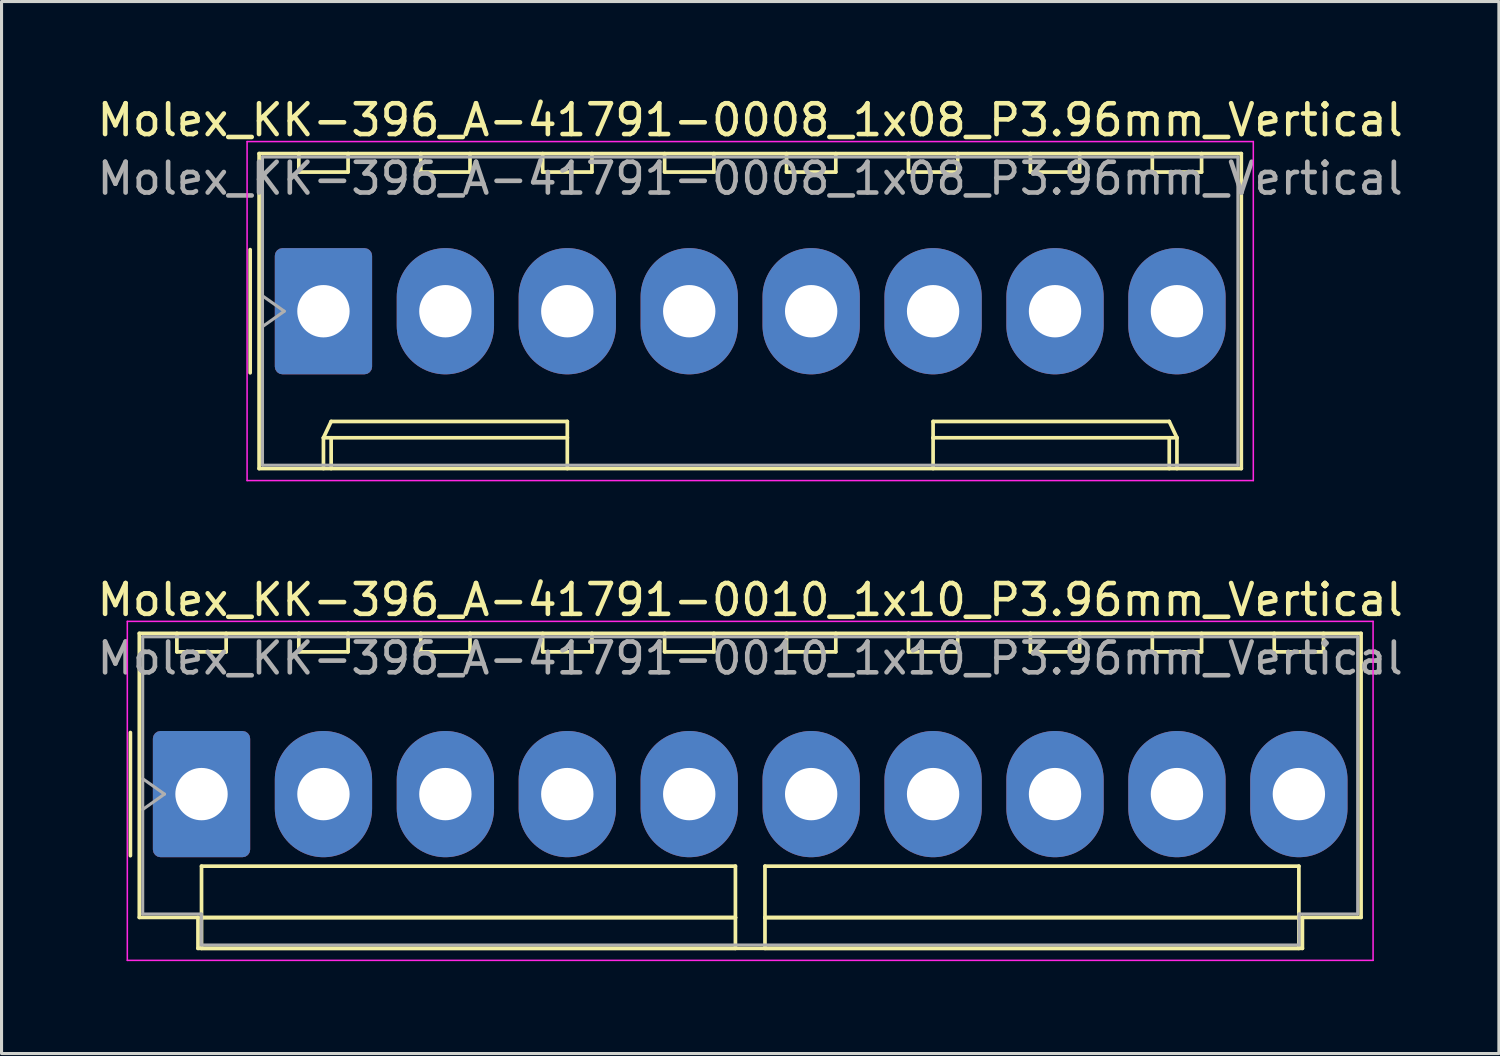
<source format=kicad_pcb>
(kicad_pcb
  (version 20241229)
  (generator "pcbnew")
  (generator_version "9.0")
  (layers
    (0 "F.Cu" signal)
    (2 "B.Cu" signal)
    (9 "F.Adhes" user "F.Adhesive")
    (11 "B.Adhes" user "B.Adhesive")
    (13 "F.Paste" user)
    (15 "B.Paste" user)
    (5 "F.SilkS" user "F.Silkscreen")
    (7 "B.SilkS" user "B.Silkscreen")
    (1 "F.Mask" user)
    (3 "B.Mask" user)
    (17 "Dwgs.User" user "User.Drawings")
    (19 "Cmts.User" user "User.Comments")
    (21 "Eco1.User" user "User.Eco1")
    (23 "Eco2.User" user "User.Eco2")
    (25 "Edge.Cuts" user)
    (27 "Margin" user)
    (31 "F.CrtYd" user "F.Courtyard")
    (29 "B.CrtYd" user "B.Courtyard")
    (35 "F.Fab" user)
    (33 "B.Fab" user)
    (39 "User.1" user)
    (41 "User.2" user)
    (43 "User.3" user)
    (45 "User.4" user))
  (footprint "Molex_KK-396_A-41791-0008_1x08_P3.96mm_Vertical"
    (layer "F.Cu")
    (at 7.455 7.058)
    (property "Reference" "Molex_KK-396_A-41791-0008_1x08_P3.96mm_Vertical" (at 13.86 -6.21 0) (layer "F.SilkS") (effects (font (size 1 1) (thickness 0.15))))
    (attr through_hole)
    (fp_line (start -2.38 -2) (end -2.38 2) (stroke (width 0.12) (type solid)) (layer "F.SilkS"))
    (fp_line (start -2.09 -5.12) (end -2.09 5.11) (stroke (width 0.12) (type solid)) (layer "F.SilkS"))
    (fp_line (start -2.09 5.11) (end 29.81 5.11) (stroke (width 0.12) (type solid)) (layer "F.SilkS"))
    (fp_line (start -0.8 -5.12) (end -0.8 -4.52) (stroke (width 0.12) (type solid)) (layer "F.SilkS"))
    (fp_line (start -0.8 -4.52) (end 0.8 -4.52) (stroke (width 0.12) (type solid)) (layer "F.SilkS"))
    (fp_line (start 0 4.11) (end 0.25 3.58) (stroke (width 0.12) (type solid)) (layer "F.SilkS"))
    (fp_line (start 0 4.11) (end 7.92 4.11) (stroke (width 0.12) (type solid)) (layer "F.SilkS"))
    (fp_line (start 0 5.11) (end 0 4.11) (stroke (width 0.12) (type solid)) (layer "F.SilkS"))
    (fp_line (start 0.25 3.58) (end 7.92 3.58) (stroke (width 0.12) (type solid)) (layer "F.SilkS"))
    (fp_line (start 0.25 5.11) (end 0.25 4.11) (stroke (width 0.12) (type solid)) (layer "F.SilkS"))
    (fp_line (start 0.8 -4.52) (end 0.8 -5.12) (stroke (width 0.12) (type solid)) (layer "F.SilkS"))
    (fp_line (start 3.16 -5.12) (end 3.16 -4.52) (stroke (width 0.12) (type solid)) (layer "F.SilkS"))
    (fp_line (start 3.16 -4.52) (end 4.76 -4.52) (stroke (width 0.12) (type solid)) (layer "F.SilkS"))
    (fp_line (start 4.76 -4.52) (end 4.76 -5.12) (stroke (width 0.12) (type solid)) (layer "F.SilkS"))
    (fp_line (start 7.12 -5.12) (end 7.12 -4.52) (stroke (width 0.12) (type solid)) (layer "F.SilkS"))
    (fp_line (start 7.12 -4.52) (end 8.72 -4.52) (stroke (width 0.12) (type solid)) (layer "F.SilkS"))
    (fp_line (start 7.92 3.58) (end 7.92 4.11) (stroke (width 0.12) (type solid)) (layer "F.SilkS"))
    (fp_line (start 7.92 4.11) (end 7.92 5.11) (stroke (width 0.12) (type solid)) (layer "F.SilkS"))
    (fp_line (start 8.72 -4.52) (end 8.72 -5.12) (stroke (width 0.12) (type solid)) (layer "F.SilkS"))
    (fp_line (start 11.08 -5.12) (end 11.08 -4.52) (stroke (width 0.12) (type solid)) (layer "F.SilkS"))
    (fp_line (start 11.08 -4.52) (end 12.68 -4.52) (stroke (width 0.12) (type solid)) (layer "F.SilkS"))
    (fp_line (start 12.68 -4.52) (end 12.68 -5.12) (stroke (width 0.12) (type solid)) (layer "F.SilkS"))
    (fp_line (start 15.04 -5.12) (end 15.04 -4.52) (stroke (width 0.12) (type solid)) (layer "F.SilkS"))
    (fp_line (start 15.04 -4.52) (end 16.64 -4.52) (stroke (width 0.12) (type solid)) (layer "F.SilkS"))
    (fp_line (start 16.64 -4.52) (end 16.64 -5.12) (stroke (width 0.12) (type solid)) (layer "F.SilkS"))
    (fp_line (start 19 -5.12) (end 19 -4.52) (stroke (width 0.12) (type solid)) (layer "F.SilkS"))
    (fp_line (start 19 -4.52) (end 20.6 -4.52) (stroke (width 0.12) (type solid)) (layer "F.SilkS"))
    (fp_line (start 19.8 3.58) (end 19.8 4.11) (stroke (width 0.12) (type solid)) (layer "F.SilkS"))
    (fp_line (start 19.8 4.11) (end 19.8 5.11) (stroke (width 0.12) (type solid)) (layer "F.SilkS"))
    (fp_line (start 20.6 -4.52) (end 20.6 -5.12) (stroke (width 0.12) (type solid)) (layer "F.SilkS"))
    (fp_line (start 22.96 -5.12) (end 22.96 -4.52) (stroke (width 0.12) (type solid)) (layer "F.SilkS"))
    (fp_line (start 22.96 -4.52) (end 24.56 -4.52) (stroke (width 0.12) (type solid)) (layer "F.SilkS"))
    (fp_line (start 24.56 -4.52) (end 24.56 -5.12) (stroke (width 0.12) (type solid)) (layer "F.SilkS"))
    (fp_line (start 26.92 -5.12) (end 26.92 -4.52) (stroke (width 0.12) (type solid)) (layer "F.SilkS"))
    (fp_line (start 26.92 -4.52) (end 28.52 -4.52) (stroke (width 0.12) (type solid)) (layer "F.SilkS"))
    (fp_line (start 27.47 3.58) (end 19.8 3.58) (stroke (width 0.12) (type solid)) (layer "F.SilkS"))
    (fp_line (start 27.47 5.11) (end 27.47 4.11) (stroke (width 0.12) (type solid)) (layer "F.SilkS"))
    (fp_line (start 27.72 4.11) (end 19.8 4.11) (stroke (width 0.12) (type solid)) (layer "F.SilkS"))
    (fp_line (start 27.72 4.11) (end 27.47 3.58) (stroke (width 0.12) (type solid)) (layer "F.SilkS"))
    (fp_line (start 27.72 5.11) (end 27.72 4.11) (stroke (width 0.12) (type solid)) (layer "F.SilkS"))
    (fp_line (start 28.52 -4.52) (end 28.52 -5.12) (stroke (width 0.12) (type solid)) (layer "F.SilkS"))
    (fp_line (start 29.81 -5.12) (end -2.09 -5.12) (stroke (width 0.12) (type solid)) (layer "F.SilkS"))
    (fp_line (start 29.81 5.11) (end 29.81 -5.12) (stroke (width 0.12) (type solid)) (layer "F.SilkS"))
    (fp_line (start -2.48 -5.51) (end -2.48 5.5) (stroke (width 0.05) (type solid)) (layer "F.CrtYd"))
    (fp_line (start -2.48 5.5) (end 30.2 5.5) (stroke (width 0.05) (type solid)) (layer "F.CrtYd"))
    (fp_line (start 30.2 -5.51) (end -2.48 -5.51) (stroke (width 0.05) (type solid)) (layer "F.CrtYd"))
    (fp_line (start 30.2 5.5) (end 30.2 -5.51) (stroke (width 0.05) (type solid)) (layer "F.CrtYd"))
    (fp_line (start -1.98 -5.01) (end -1.98 5) (stroke (width 0.1) (type solid)) (layer "F.Fab"))
    (fp_line (start -1.98 -0.5) (end -1.273 0) (stroke (width 0.1) (type solid)) (layer "F.Fab"))
    (fp_line (start -1.98 5) (end 29.7 5) (stroke (width 0.1) (type solid)) (layer "F.Fab"))
    (fp_line (start -1.273 0) (end -1.98 0.5) (stroke (width 0.1) (type solid)) (layer "F.Fab"))
    (fp_line (start 29.7 -5.01) (end -1.98 -5.01) (stroke (width 0.1) (type solid)) (layer "F.Fab"))
    (fp_line (start 29.7 5) (end 29.7 -5.01) (stroke (width 0.1) (type solid)) (layer "F.Fab"))
    (fp_text user "${REFERENCE}" (at 13.86 -4.31 0) (layer "F.Fab") (effects (font (size 1 1) (thickness 0.15))))
    (pad "1" thru_hole roundrect (at 0 0) (size 3.16 4.1) (drill 1.7) (layers "*.Cu" "*.Mask") (roundrect_rratio 0.079))
    (pad "2" thru_hole oval (at 3.96 0) (size 3.16 4.1) (drill 1.7) (layers "*.Cu" "*.Mask"))
    (pad "3" thru_hole oval (at 7.92 0) (size 3.16 4.1) (drill 1.7) (layers "*.Cu" "*.Mask"))
    (pad "4" thru_hole oval (at 11.88 0) (size 3.16 4.1) (drill 1.7) (layers "*.Cu" "*.Mask"))
    (pad "5" thru_hole oval (at 15.84 0) (size 3.16 4.1) (drill 1.7) (layers "*.Cu" "*.Mask"))
    (pad "6" thru_hole oval (at 19.8 0) (size 3.16 4.1) (drill 1.7) (layers "*.Cu" "*.Mask"))
    (pad "7" thru_hole oval (at 23.76 0) (size 3.16 4.1) (drill 1.7) (layers "*.Cu" "*.Mask"))
    (pad "8" thru_hole oval (at 27.72 0) (size 3.16 4.1) (drill 1.7) (layers "*.Cu" "*.Mask")))
  (footprint "Molex_KK-396_A-41791-0010_1x10_P3.96mm_Vertical"
    (layer "F.Cu")
    (at 3.495 22.741)
    (property "Reference" "Molex_KK-396_A-41791-0010_1x10_P3.96mm_Vertical" (at 17.82 -6.31 0) (layer "F.SilkS") (effects (font (size 1 1) (thickness 0.15))))
    (attr through_hole)
    (fp_line (start -2.31 -2) (end -2.31 2) (stroke (width 0.12) (type solid)) (layer "F.SilkS"))
    (fp_line (start -2.02 -5.22) (end 37.66 -5.22) (stroke (width 0.12) (type solid)) (layer "F.SilkS"))
    (fp_line (start -2.02 4.005) (end -2.02 -5.22) (stroke (width 0.12) (type solid)) (layer "F.SilkS"))
    (fp_line (start -0.8 -5.22) (end -0.8 -4.62) (stroke (width 0.12) (type solid)) (layer "F.SilkS"))
    (fp_line (start -0.8 -4.62) (end 0.8 -4.62) (stroke (width 0.12) (type solid)) (layer "F.SilkS"))
    (fp_line (start -0.115 4.005) (end -2.02 4.005) (stroke (width 0.12) (type solid)) (layer "F.SilkS"))
    (fp_line (start -0.115 5.01) (end -0.115 4.005) (stroke (width 0.12) (type solid)) (layer "F.SilkS"))
    (fp_line (start 0 2.34) (end 17.34 2.34) (stroke (width 0.12) (type solid)) (layer "F.SilkS"))
    (fp_line (start 0 4.01) (end 0 2.34) (stroke (width 0.12) (type solid)) (layer "F.SilkS"))
    (fp_line (start 0 4.01) (end 17.34 4.01) (stroke (width 0.12) (type solid)) (layer "F.SilkS"))
    (fp_line (start 0 5.01) (end 0 4.01) (stroke (width 0.12) (type solid)) (layer "F.SilkS"))
    (fp_line (start 0.8 -4.62) (end 0.8 -5.22) (stroke (width 0.12) (type solid)) (layer "F.SilkS"))
    (fp_line (start 3.16 -5.22) (end 3.16 -4.62) (stroke (width 0.12) (type solid)) (layer "F.SilkS"))
    (fp_line (start 3.16 -4.62) (end 4.76 -4.62) (stroke (width 0.12) (type solid)) (layer "F.SilkS"))
    (fp_line (start 4.76 -4.62) (end 4.76 -5.22) (stroke (width 0.12) (type solid)) (layer "F.SilkS"))
    (fp_line (start 7.12 -5.22) (end 7.12 -4.62) (stroke (width 0.12) (type solid)) (layer "F.SilkS"))
    (fp_line (start 7.12 -4.62) (end 8.72 -4.62) (stroke (width 0.12) (type solid)) (layer "F.SilkS"))
    (fp_line (start 8.72 -4.62) (end 8.72 -5.22) (stroke (width 0.12) (type solid)) (layer "F.SilkS"))
    (fp_line (start 11.08 -5.22) (end 11.08 -4.62) (stroke (width 0.12) (type solid)) (layer "F.SilkS"))
    (fp_line (start 11.08 -4.62) (end 12.68 -4.62) (stroke (width 0.12) (type solid)) (layer "F.SilkS"))
    (fp_line (start 12.68 -4.62) (end 12.68 -5.22) (stroke (width 0.12) (type solid)) (layer "F.SilkS"))
    (fp_line (start 15.04 -5.22) (end 15.04 -4.62) (stroke (width 0.12) (type solid)) (layer "F.SilkS"))
    (fp_line (start 15.04 -4.62) (end 16.64 -4.62) (stroke (width 0.12) (type solid)) (layer "F.SilkS"))
    (fp_line (start 16.64 -4.62) (end 16.64 -5.22) (stroke (width 0.12) (type solid)) (layer "F.SilkS"))
    (fp_line (start 17.34 2.34) (end 17.34 4.01) (stroke (width 0.12) (type solid)) (layer "F.SilkS"))
    (fp_line (start 17.34 4.01) (end 0 4.01) (stroke (width 0.12) (type solid)) (layer "F.SilkS"))
    (fp_line (start 17.34 4.01) (end 17.34 5.01) (stroke (width 0.12) (type solid)) (layer "F.SilkS"))
    (fp_line (start 17.34 5.01) (end 0 5.01) (stroke (width 0.12) (type solid)) (layer "F.SilkS"))
    (fp_line (start 18.3 2.34) (end 35.64 2.34) (stroke (width 0.12) (type solid)) (layer "F.SilkS"))
    (fp_line (start 18.3 4.01) (end 18.3 2.34) (stroke (width 0.12) (type solid)) (layer "F.SilkS"))
    (fp_line (start 18.3 4.01) (end 35.64 4.01) (stroke (width 0.12) (type solid)) (layer "F.SilkS"))
    (fp_line (start 18.3 5.01) (end 18.3 4.01) (stroke (width 0.12) (type solid)) (layer "F.SilkS"))
    (fp_line (start 19 -5.22) (end 19 -4.62) (stroke (width 0.12) (type solid)) (layer "F.SilkS"))
    (fp_line (start 19 -4.62) (end 20.6 -4.62) (stroke (width 0.12) (type solid)) (layer "F.SilkS"))
    (fp_line (start 20.6 -4.62) (end 20.6 -5.22) (stroke (width 0.12) (type solid)) (layer "F.SilkS"))
    (fp_line (start 22.96 -5.22) (end 22.96 -4.62) (stroke (width 0.12) (type solid)) (layer "F.SilkS"))
    (fp_line (start 22.96 -4.62) (end 24.56 -4.62) (stroke (width 0.12) (type solid)) (layer "F.SilkS"))
    (fp_line (start 24.56 -4.62) (end 24.56 -5.22) (stroke (width 0.12) (type solid)) (layer "F.SilkS"))
    (fp_line (start 26.92 -5.22) (end 26.92 -4.62) (stroke (width 0.12) (type solid)) (layer "F.SilkS"))
    (fp_line (start 26.92 -4.62) (end 28.52 -4.62) (stroke (width 0.12) (type solid)) (layer "F.SilkS"))
    (fp_line (start 28.52 -4.62) (end 28.52 -5.22) (stroke (width 0.12) (type solid)) (layer "F.SilkS"))
    (fp_line (start 30.88 -5.22) (end 30.88 -4.62) (stroke (width 0.12) (type solid)) (layer "F.SilkS"))
    (fp_line (start 30.88 -4.62) (end 32.48 -4.62) (stroke (width 0.12) (type solid)) (layer "F.SilkS"))
    (fp_line (start 32.48 -4.62) (end 32.48 -5.22) (stroke (width 0.12) (type solid)) (layer "F.SilkS"))
    (fp_line (start 34.84 -5.22) (end 34.84 -4.62) (stroke (width 0.12) (type solid)) (layer "F.SilkS"))
    (fp_line (start 34.84 -4.62) (end 36.44 -4.62) (stroke (width 0.12) (type solid)) (layer "F.SilkS"))
    (fp_line (start 35.64 2.34) (end 35.64 4.01) (stroke (width 0.12) (type solid)) (layer "F.SilkS"))
    (fp_line (start 35.64 4.01) (end 18.3 4.01) (stroke (width 0.12) (type solid)) (layer "F.SilkS"))
    (fp_line (start 35.64 4.01) (end 35.64 5.01) (stroke (width 0.12) (type solid)) (layer "F.SilkS"))
    (fp_line (start 35.64 5.01) (end 18.3 5.01) (stroke (width 0.12) (type solid)) (layer "F.SilkS"))
    (fp_line (start 35.755 4.005) (end 35.755 5.01) (stroke (width 0.12) (type solid)) (layer "F.SilkS"))
    (fp_line (start 35.755 5.01) (end -0.115 5.01) (stroke (width 0.12) (type solid)) (layer "F.SilkS"))
    (fp_line (start 36.44 -4.62) (end 36.44 -5.22) (stroke (width 0.12) (type solid)) (layer "F.SilkS"))
    (fp_line (start 37.66 -5.22) (end 37.66 4.005) (stroke (width 0.12) (type solid)) (layer "F.SilkS"))
    (fp_line (start 37.66 4.005) (end 35.755 4.005) (stroke (width 0.12) (type solid)) (layer "F.SilkS"))
    (fp_line (start -2.41 -5.61) (end -2.41 5.4) (stroke (width 0.05) (type solid)) (layer "F.CrtYd"))
    (fp_line (start -2.41 5.4) (end 38.05 5.4) (stroke (width 0.05) (type solid)) (layer "F.CrtYd"))
    (fp_line (start 38.05 -5.61) (end -2.41 -5.61) (stroke (width 0.05) (type solid)) (layer "F.CrtYd"))
    (fp_line (start 38.05 5.4) (end 38.05 -5.61) (stroke (width 0.05) (type solid)) (layer "F.CrtYd"))
    (fp_line (start -1.91 -5.11) (end 37.55 -5.11) (stroke (width 0.1) (type solid)) (layer "F.Fab"))
    (fp_line (start -1.91 -0.5) (end -1.203 0) (stroke (width 0.1) (type solid)) (layer "F.Fab"))
    (fp_line (start -1.91 3.895) (end -1.91 -5.11) (stroke (width 0.1) (type solid)) (layer "F.Fab"))
    (fp_line (start -1.203 0) (end -1.91 0.5) (stroke (width 0.1) (type solid)) (layer "F.Fab"))
    (fp_line (start -0.005 3.895) (end -1.91 3.895) (stroke (width 0.1) (type solid)) (layer "F.Fab"))
    (fp_line (start -0.005 4.9) (end -0.005 3.895) (stroke (width 0.1) (type solid)) (layer "F.Fab"))
    (fp_line (start 35.645 3.895) (end 35.645 4.9) (stroke (width 0.1) (type solid)) (layer "F.Fab"))
    (fp_line (start 35.645 4.9) (end -0.005 4.9) (stroke (width 0.1) (type solid)) (layer "F.Fab"))
    (fp_line (start 37.55 -5.11) (end 37.55 3.895) (stroke (width 0.1) (type solid)) (layer "F.Fab"))
    (fp_line (start 37.55 3.895) (end 35.645 3.895) (stroke (width 0.1) (type solid)) (layer "F.Fab"))
    (fp_text user "${REFERENCE}" (at 17.82 -4.41 0) (layer "F.Fab") (effects (font (size 1 1) (thickness 0.15))))
    (pad "1" thru_hole roundrect (at 0 0) (size 3.16 4.1) (drill 1.7) (layers "*.Cu" "*.Mask") (roundrect_rratio 0.079))
    (pad "2" thru_hole oval (at 3.96 0) (size 3.16 4.1) (drill 1.7) (layers "*.Cu" "*.Mask"))
    (pad "3" thru_hole oval (at 7.92 0) (size 3.16 4.1) (drill 1.7) (layers "*.Cu" "*.Mask"))
    (pad "4" thru_hole oval (at 11.88 0) (size 3.16 4.1) (drill 1.7) (layers "*.Cu" "*.Mask"))
    (pad "5" thru_hole oval (at 15.84 0) (size 3.16 4.1) (drill 1.7) (layers "*.Cu" "*.Mask"))
    (pad "6" thru_hole oval (at 19.8 0) (size 3.16 4.1) (drill 1.7) (layers "*.Cu" "*.Mask"))
    (pad "7" thru_hole oval (at 23.76 0) (size 3.16 4.1) (drill 1.7) (layers "*.Cu" "*.Mask"))
    (pad "8" thru_hole oval (at 27.72 0) (size 3.16 4.1) (drill 1.7) (layers "*.Cu" "*.Mask"))
    (pad "9" thru_hole oval (at 31.68 0) (size 3.16 4.1) (drill 1.7) (layers "*.Cu" "*.Mask"))
    (pad "10" thru_hole oval (at 35.64 0) (size 3.16 4.1) (drill 1.7) (layers "*.Cu" "*.Mask")))
  (gr_rect
    (start -3 -3)
    (end 45.631 31.166)
    (stroke (width 0.1) (type default))
    (fill no)
    (layer "Edge.Cuts")))
</source>
